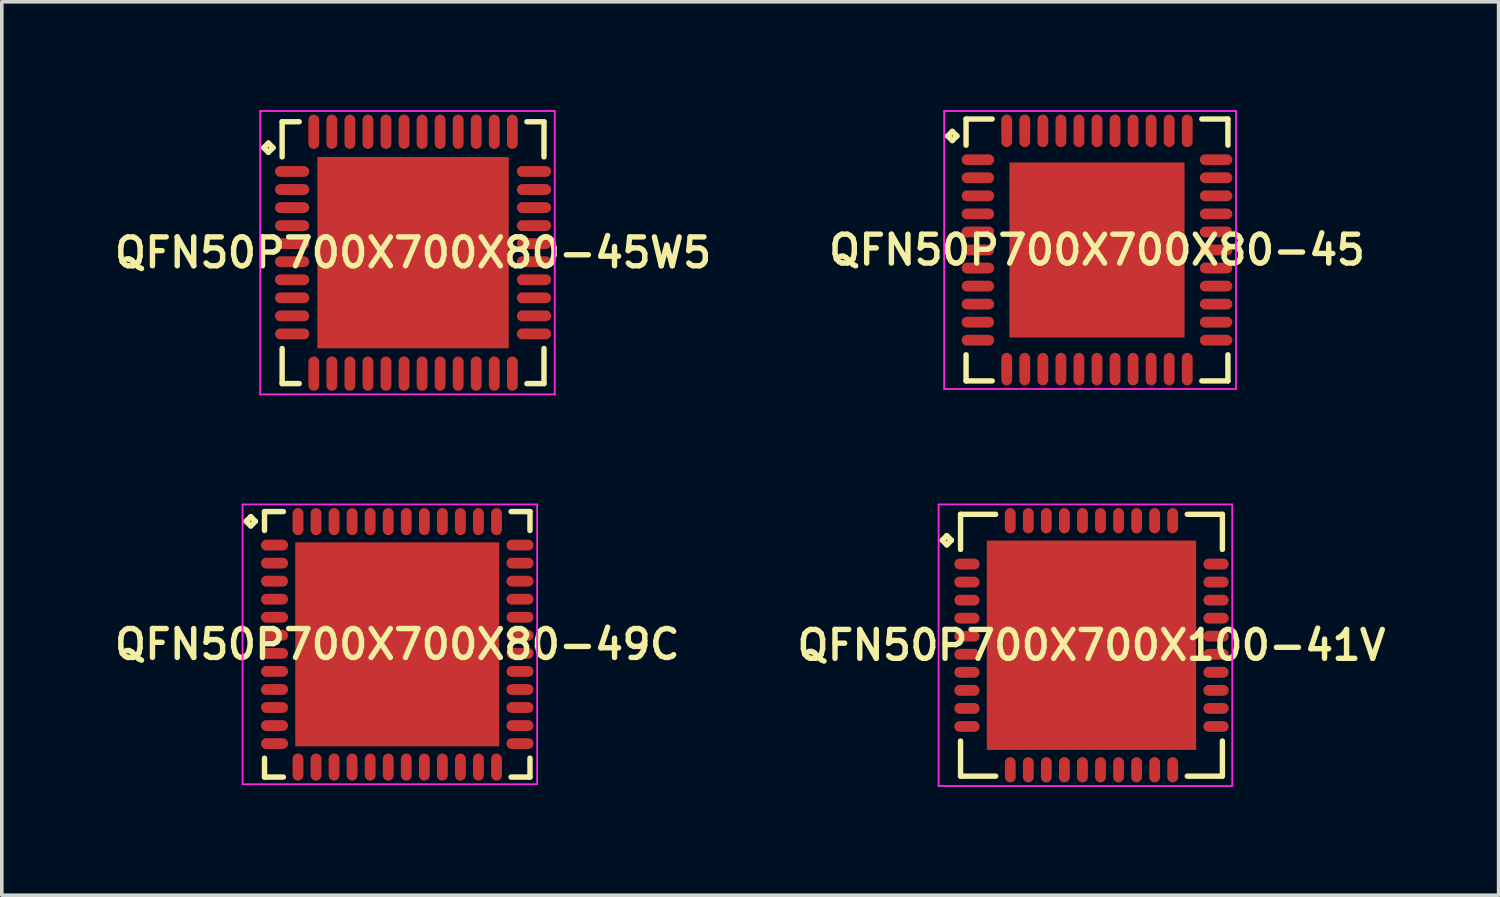
<source format=kicad_pcb>
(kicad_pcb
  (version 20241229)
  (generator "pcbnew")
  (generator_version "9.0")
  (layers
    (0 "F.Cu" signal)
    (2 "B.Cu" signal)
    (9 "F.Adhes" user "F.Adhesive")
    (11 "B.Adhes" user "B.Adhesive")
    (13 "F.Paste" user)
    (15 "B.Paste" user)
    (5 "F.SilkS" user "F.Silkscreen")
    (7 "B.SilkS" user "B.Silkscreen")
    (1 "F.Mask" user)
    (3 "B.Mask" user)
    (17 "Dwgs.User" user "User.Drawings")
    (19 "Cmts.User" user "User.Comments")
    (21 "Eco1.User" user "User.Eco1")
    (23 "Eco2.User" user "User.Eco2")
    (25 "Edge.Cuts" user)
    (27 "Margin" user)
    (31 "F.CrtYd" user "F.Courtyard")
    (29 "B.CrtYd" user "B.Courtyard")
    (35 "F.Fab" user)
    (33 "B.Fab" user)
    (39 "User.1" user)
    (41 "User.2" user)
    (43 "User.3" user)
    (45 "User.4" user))
  (footprint "QFN50P700X700X80-45"
    (layer "F.Cu")
    (at 27.34 3.875)
    (property "Reference" "QFN50P700X700X80-45" (at 0 0 0) (layer "F.SilkS") (effects (font (size 0.8 0.8) (thickness 0.15))))
    (attr smd)
    (fp_line (start -4.135 -3.158) (end -4.008 -3.285) (stroke (width 0.15) (type solid)) (layer "F.SilkS"))
    (fp_line (start -4.008 -3.285) (end -3.881 -3.158) (stroke (width 0.15) (type solid)) (layer "F.SilkS"))
    (fp_line (start -4.008 -3.031) (end -4.135 -3.158) (stroke (width 0.15) (type solid)) (layer "F.SilkS"))
    (fp_line (start -3.881 -3.158) (end -4.008 -3.031) (stroke (width 0.15) (type solid)) (layer "F.SilkS"))
    (fp_line (start -3.627 -3.627) (end -2.904 -3.627) (stroke (width 0.15) (type solid)) (layer "F.SilkS"))
    (fp_line (start -3.627 -2.904) (end -3.627 -3.627) (stroke (width 0.15) (type solid)) (layer "F.SilkS"))
    (fp_line (start -3.627 2.904) (end -3.627 3.627) (stroke (width 0.15) (type solid)) (layer "F.SilkS"))
    (fp_line (start -3.627 3.627) (end -2.904 3.627) (stroke (width 0.15) (type solid)) (layer "F.SilkS"))
    (fp_line (start 2.904 -3.627) (end 3.627 -3.627) (stroke (width 0.15) (type solid)) (layer "F.SilkS"))
    (fp_line (start 2.904 3.627) (end 3.627 3.627) (stroke (width 0.15) (type solid)) (layer "F.SilkS"))
    (fp_line (start 3.627 -3.627) (end 3.627 -2.904) (stroke (width 0.15) (type solid)) (layer "F.SilkS"))
    (fp_line (start 3.627 3.627) (end 3.627 2.904) (stroke (width 0.15) (type solid)) (layer "F.SilkS"))
    (fp_line (start -4.235 -3.85) (end 3.85 -3.85) (stroke (width 0.05) (type solid)) (layer "F.CrtYd"))
    (fp_line (start -4.235 3.85) (end -4.235 -3.85) (stroke (width 0.05) (type solid)) (layer "F.CrtYd"))
    (fp_line (start 3.85 -3.85) (end 3.85 3.85) (stroke (width 0.05) (type solid)) (layer "F.CrtYd"))
    (fp_line (start 3.85 3.85) (end -4.235 3.85) (stroke (width 0.05) (type solid)) (layer "F.CrtYd"))
    (pad "1" smd oval (at -3.3 -2.5) (size 0.9 0.3) (layers "F.Cu" "F.Mask" "F.Paste"))
    (pad "2" smd oval (at -3.3 -2) (size 0.9 0.3) (layers "F.Cu" "F.Mask" "F.Paste"))
    (pad "3" smd oval (at -3.3 -1.5) (size 0.9 0.3) (layers "F.Cu" "F.Mask" "F.Paste"))
    (pad "4" smd oval (at -3.3 -1) (size 0.9 0.3) (layers "F.Cu" "F.Mask" "F.Paste"))
    (pad "5" smd oval (at -3.3 -0.5) (size 0.9 0.3) (layers "F.Cu" "F.Mask" "F.Paste"))
    (pad "6" smd oval (at -3.3 0) (size 0.9 0.3) (layers "F.Cu" "F.Mask" "F.Paste"))
    (pad "7" smd oval (at -3.3 0.5) (size 0.9 0.3) (layers "F.Cu" "F.Mask" "F.Paste"))
    (pad "8" smd oval (at -3.3 1) (size 0.9 0.3) (layers "F.Cu" "F.Mask" "F.Paste"))
    (pad "9" smd oval (at -3.3 1.5) (size 0.9 0.3) (layers "F.Cu" "F.Mask" "F.Paste"))
    (pad "10" smd oval (at -3.3 2) (size 0.9 0.3) (layers "F.Cu" "F.Mask" "F.Paste"))
    (pad "11" smd oval (at -3.3 2.5) (size 0.9 0.3) (layers "F.Cu" "F.Mask" "F.Paste"))
    (pad "12" smd oval (at -2.5 3.3) (size 0.3 0.9) (layers "F.Cu" "F.Mask" "F.Paste"))
    (pad "13" smd oval (at -2 3.3) (size 0.3 0.9) (layers "F.Cu" "F.Mask" "F.Paste"))
    (pad "14" smd oval (at -1.5 3.3) (size 0.3 0.9) (layers "F.Cu" "F.Mask" "F.Paste"))
    (pad "15" smd oval (at -1 3.3) (size 0.3 0.9) (layers "F.Cu" "F.Mask" "F.Paste"))
    (pad "16" smd oval (at -0.5 3.3) (size 0.3 0.9) (layers "F.Cu" "F.Mask" "F.Paste"))
    (pad "17" smd oval (at 0 3.3) (size 0.3 0.9) (layers "F.Cu" "F.Mask" "F.Paste"))
    (pad "18" smd oval (at 0.5 3.3) (size 0.3 0.9) (layers "F.Cu" "F.Mask" "F.Paste"))
    (pad "19" smd oval (at 1 3.3) (size 0.3 0.9) (layers "F.Cu" "F.Mask" "F.Paste"))
    (pad "20" smd oval (at 1.5 3.3) (size 0.3 0.9) (layers "F.Cu" "F.Mask" "F.Paste"))
    (pad "21" smd oval (at 2 3.3) (size 0.3 0.9) (layers "F.Cu" "F.Mask" "F.Paste"))
    (pad "22" smd oval (at 2.5 3.3) (size 0.3 0.9) (layers "F.Cu" "F.Mask" "F.Paste"))
    (pad "23" smd oval (at 3.3 2.5) (size 0.9 0.3) (layers "F.Cu" "F.Mask" "F.Paste"))
    (pad "24" smd oval (at 3.3 2) (size 0.9 0.3) (layers "F.Cu" "F.Mask" "F.Paste"))
    (pad "25" smd oval (at 3.3 1.5) (size 0.9 0.3) (layers "F.Cu" "F.Mask" "F.Paste"))
    (pad "26" smd oval (at 3.3 1) (size 0.9 0.3) (layers "F.Cu" "F.Mask" "F.Paste"))
    (pad "27" smd oval (at 3.3 0.5) (size 0.9 0.3) (layers "F.Cu" "F.Mask" "F.Paste"))
    (pad "28" smd oval (at 3.3 0) (size 0.9 0.3) (layers "F.Cu" "F.Mask" "F.Paste"))
    (pad "29" smd oval (at 3.3 -0.5) (size 0.9 0.3) (layers "F.Cu" "F.Mask" "F.Paste"))
    (pad "30" smd oval (at 3.3 -1) (size 0.9 0.3) (layers "F.Cu" "F.Mask" "F.Paste"))
    (pad "31" smd oval (at 3.3 -1.5) (size 0.9 0.3) (layers "F.Cu" "F.Mask" "F.Paste"))
    (pad "32" smd oval (at 3.3 -2) (size 0.9 0.3) (layers "F.Cu" "F.Mask" "F.Paste"))
    (pad "33" smd oval (at 3.3 -2.5) (size 0.9 0.3) (layers "F.Cu" "F.Mask" "F.Paste"))
    (pad "34" smd oval (at 2.5 -3.3) (size 0.3 0.9) (layers "F.Cu" "F.Mask" "F.Paste"))
    (pad "35" smd oval (at 2 -3.3) (size 0.3 0.9) (layers "F.Cu" "F.Mask" "F.Paste"))
    (pad "36" smd oval (at 1.5 -3.3) (size 0.3 0.9) (layers "F.Cu" "F.Mask" "F.Paste"))
    (pad "37" smd oval (at 1 -3.3) (size 0.3 0.9) (layers "F.Cu" "F.Mask" "F.Paste"))
    (pad "38" smd oval (at 0.5 -3.3) (size 0.3 0.9) (layers "F.Cu" "F.Mask" "F.Paste"))
    (pad "39" smd oval (at 0 -3.3) (size 0.3 0.9) (layers "F.Cu" "F.Mask" "F.Paste"))
    (pad "40" smd oval (at -0.5 -3.3) (size 0.3 0.9) (layers "F.Cu" "F.Mask" "F.Paste"))
    (pad "41" smd oval (at -1 -3.3) (size 0.3 0.9) (layers "F.Cu" "F.Mask" "F.Paste"))
    (pad "42" smd oval (at -1.5 -3.3) (size 0.3 0.9) (layers "F.Cu" "F.Mask" "F.Paste"))
    (pad "43" smd oval (at -2 -3.3) (size 0.3 0.9) (layers "F.Cu" "F.Mask" "F.Paste"))
    (pad "44" smd oval (at -2.5 -3.3) (size 0.3 0.9) (layers "F.Cu" "F.Mask" "F.Paste"))
    (pad "45" smd rect (at 0 0) (size 4.85 4.85) (layers "F.Cu" "F.Mask" "F.Paste")))
  (footprint "QFN50P700X700X80-45W5"
    (layer "F.Cu")
    (at 8.393 3.95)
    (property "Reference" "QFN50P700X700X80-45W5" (at 0 0 0) (layer "F.SilkS") (effects (font (size 0.8 0.8) (thickness 0.15))))
    (attr smd)
    (fp_line (start -4.135 -2.908) (end -4.008 -3.035) (stroke (width 0.15) (type solid)) (layer "F.SilkS"))
    (fp_line (start -4.008 -3.035) (end -3.881 -2.908) (stroke (width 0.15) (type solid)) (layer "F.SilkS"))
    (fp_line (start -4.008 -2.781) (end -4.135 -2.908) (stroke (width 0.15) (type solid)) (layer "F.SilkS"))
    (fp_line (start -3.881 -2.908) (end -4.008 -2.781) (stroke (width 0.15) (type solid)) (layer "F.SilkS"))
    (fp_line (start -3.627 -3.627) (end -3.154 -3.627) (stroke (width 0.15) (type solid)) (layer "F.SilkS"))
    (fp_line (start -3.627 -2.654) (end -3.627 -3.627) (stroke (width 0.15) (type solid)) (layer "F.SilkS"))
    (fp_line (start -3.627 2.654) (end -3.627 3.627) (stroke (width 0.15) (type solid)) (layer "F.SilkS"))
    (fp_line (start -3.627 3.627) (end -3.154 3.627) (stroke (width 0.15) (type solid)) (layer "F.SilkS"))
    (fp_line (start 3.154 -3.627) (end 3.627 -3.627) (stroke (width 0.15) (type solid)) (layer "F.SilkS"))
    (fp_line (start 3.154 3.627) (end 3.627 3.627) (stroke (width 0.15) (type solid)) (layer "F.SilkS"))
    (fp_line (start 3.627 -3.627) (end 3.627 -2.654) (stroke (width 0.15) (type solid)) (layer "F.SilkS"))
    (fp_line (start 3.627 3.627) (end 3.627 2.654) (stroke (width 0.15) (type solid)) (layer "F.SilkS"))
    (fp_line (start -4.235 -3.925) (end 3.925 -3.925) (stroke (width 0.05) (type solid)) (layer "F.CrtYd"))
    (fp_line (start -4.235 3.925) (end -4.235 -3.925) (stroke (width 0.05) (type solid)) (layer "F.CrtYd"))
    (fp_line (start 3.925 -3.925) (end 3.925 3.925) (stroke (width 0.05) (type solid)) (layer "F.CrtYd"))
    (fp_line (start 3.925 3.925) (end -4.235 3.925) (stroke (width 0.05) (type solid)) (layer "F.CrtYd"))
    (pad "1" smd oval (at -3.35 -2.25) (size 0.95 0.3) (layers "F.Cu" "F.Mask" "F.Paste"))
    (pad "2" smd oval (at -3.35 -1.75) (size 0.95 0.3) (layers "F.Cu" "F.Mask" "F.Paste"))
    (pad "3" smd oval (at -3.35 -1.25) (size 0.95 0.3) (layers "F.Cu" "F.Mask" "F.Paste"))
    (pad "4" smd oval (at -3.35 -0.75) (size 0.95 0.3) (layers "F.Cu" "F.Mask" "F.Paste"))
    (pad "5" smd oval (at -3.35 -0.25) (size 0.95 0.3) (layers "F.Cu" "F.Mask" "F.Paste"))
    (pad "6" smd oval (at -3.35 0.25) (size 0.95 0.3) (layers "F.Cu" "F.Mask" "F.Paste"))
    (pad "7" smd oval (at -3.35 0.75) (size 0.95 0.3) (layers "F.Cu" "F.Mask" "F.Paste"))
    (pad "8" smd oval (at -3.35 1.25) (size 0.95 0.3) (layers "F.Cu" "F.Mask" "F.Paste"))
    (pad "9" smd oval (at -3.35 1.75) (size 0.95 0.3) (layers "F.Cu" "F.Mask" "F.Paste"))
    (pad "10" smd oval (at -3.35 2.25) (size 0.95 0.3) (layers "F.Cu" "F.Mask" "F.Paste"))
    (pad "11" smd oval (at -2.75 3.35) (size 0.3 0.95) (layers "F.Cu" "F.Mask" "F.Paste"))
    (pad "12" smd oval (at -2.25 3.35) (size 0.3 0.95) (layers "F.Cu" "F.Mask" "F.Paste"))
    (pad "13" smd oval (at -1.75 3.35) (size 0.3 0.95) (layers "F.Cu" "F.Mask" "F.Paste"))
    (pad "14" smd oval (at -1.25 3.35) (size 0.3 0.95) (layers "F.Cu" "F.Mask" "F.Paste"))
    (pad "15" smd oval (at -0.75 3.35) (size 0.3 0.95) (layers "F.Cu" "F.Mask" "F.Paste"))
    (pad "16" smd oval (at -0.25 3.35) (size 0.3 0.95) (layers "F.Cu" "F.Mask" "F.Paste"))
    (pad "17" smd oval (at 0.25 3.35) (size 0.3 0.95) (layers "F.Cu" "F.Mask" "F.Paste"))
    (pad "18" smd oval (at 0.75 3.35) (size 0.3 0.95) (layers "F.Cu" "F.Mask" "F.Paste"))
    (pad "19" smd oval (at 1.25 3.35) (size 0.3 0.95) (layers "F.Cu" "F.Mask" "F.Paste"))
    (pad "20" smd oval (at 1.75 3.35) (size 0.3 0.95) (layers "F.Cu" "F.Mask" "F.Paste"))
    (pad "21" smd oval (at 2.25 3.35) (size 0.3 0.95) (layers "F.Cu" "F.Mask" "F.Paste"))
    (pad "22" smd oval (at 2.75 3.35) (size 0.3 0.95) (layers "F.Cu" "F.Mask" "F.Paste"))
    (pad "23" smd oval (at 3.35 2.25) (size 0.95 0.3) (layers "F.Cu" "F.Mask" "F.Paste"))
    (pad "24" smd oval (at 3.35 1.75) (size 0.95 0.3) (layers "F.Cu" "F.Mask" "F.Paste"))
    (pad "25" smd oval (at 3.35 1.25) (size 0.95 0.3) (layers "F.Cu" "F.Mask" "F.Paste"))
    (pad "26" smd oval (at 3.35 0.75) (size 0.95 0.3) (layers "F.Cu" "F.Mask" "F.Paste"))
    (pad "27" smd oval (at 3.35 0.25) (size 0.95 0.3) (layers "F.Cu" "F.Mask" "F.Paste"))
    (pad "28" smd oval (at 3.35 -0.25) (size 0.95 0.3) (layers "F.Cu" "F.Mask" "F.Paste"))
    (pad "29" smd oval (at 3.35 -0.75) (size 0.95 0.3) (layers "F.Cu" "F.Mask" "F.Paste"))
    (pad "30" smd oval (at 3.35 -1.25) (size 0.95 0.3) (layers "F.Cu" "F.Mask" "F.Paste"))
    (pad "31" smd oval (at 3.35 -1.75) (size 0.95 0.3) (layers "F.Cu" "F.Mask" "F.Paste"))
    (pad "32" smd oval (at 3.35 -2.25) (size 0.95 0.3) (layers "F.Cu" "F.Mask" "F.Paste"))
    (pad "33" smd oval (at 2.75 -3.35) (size 0.3 0.95) (layers "F.Cu" "F.Mask" "F.Paste"))
    (pad "34" smd oval (at 2.25 -3.35) (size 0.3 0.95) (layers "F.Cu" "F.Mask" "F.Paste"))
    (pad "35" smd oval (at 1.75 -3.35) (size 0.3 0.95) (layers "F.Cu" "F.Mask" "F.Paste"))
    (pad "36" smd oval (at 1.25 -3.35) (size 0.3 0.95) (layers "F.Cu" "F.Mask" "F.Paste"))
    (pad "37" smd oval (at 0.75 -3.35) (size 0.3 0.95) (layers "F.Cu" "F.Mask" "F.Paste"))
    (pad "38" smd oval (at 0.25 -3.35) (size 0.3 0.95) (layers "F.Cu" "F.Mask" "F.Paste"))
    (pad "39" smd oval (at -0.25 -3.35) (size 0.3 0.95) (layers "F.Cu" "F.Mask" "F.Paste"))
    (pad "40" smd oval (at -0.75 -3.35) (size 0.3 0.95) (layers "F.Cu" "F.Mask" "F.Paste"))
    (pad "41" smd oval (at -1.25 -3.35) (size 0.3 0.95) (layers "F.Cu" "F.Mask" "F.Paste"))
    (pad "42" smd oval (at -1.75 -3.35) (size 0.3 0.95) (layers "F.Cu" "F.Mask" "F.Paste"))
    (pad "43" smd oval (at -2.25 -3.35) (size 0.3 0.95) (layers "F.Cu" "F.Mask" "F.Paste"))
    (pad "44" smd oval (at -2.75 -3.35) (size 0.3 0.95) (layers "F.Cu" "F.Mask" "F.Paste"))
    (pad "45" smd rect (at 0 0) (size 5.3 5.3) (layers "F.Cu" "F.Mask" "F.Paste")))
  (footprint "QFN50P700X700X80-49C"
    (layer "F.Cu")
    (at 7.955 14.8)
    (property "Reference" "QFN50P700X700X80-49C" (at 0 0 0) (layer "F.SilkS") (effects (font (size 0.8 0.8) (thickness 0.15))))
    (attr smd)
    (fp_line (start -4.185 -3.408) (end -4.058 -3.535) (stroke (width 0.15) (type solid)) (layer "F.SilkS"))
    (fp_line (start -4.058 -3.535) (end -3.931 -3.408) (stroke (width 0.15) (type solid)) (layer "F.SilkS"))
    (fp_line (start -4.058 -3.281) (end -4.185 -3.408) (stroke (width 0.15) (type solid)) (layer "F.SilkS"))
    (fp_line (start -3.931 -3.408) (end -4.058 -3.281) (stroke (width 0.15) (type solid)) (layer "F.SilkS"))
    (fp_line (start -3.677 -3.677) (end -3.154 -3.677) (stroke (width 0.15) (type solid)) (layer "F.SilkS"))
    (fp_line (start -3.677 -3.154) (end -3.677 -3.677) (stroke (width 0.15) (type solid)) (layer "F.SilkS"))
    (fp_line (start -3.677 3.154) (end -3.677 3.677) (stroke (width 0.15) (type solid)) (layer "F.SilkS"))
    (fp_line (start -3.677 3.677) (end -3.154 3.677) (stroke (width 0.15) (type solid)) (layer "F.SilkS"))
    (fp_line (start 3.154 -3.677) (end 3.677 -3.677) (stroke (width 0.15) (type solid)) (layer "F.SilkS"))
    (fp_line (start 3.154 3.677) (end 3.677 3.677) (stroke (width 0.15) (type solid)) (layer "F.SilkS"))
    (fp_line (start 3.677 -3.677) (end 3.677 -3.154) (stroke (width 0.15) (type solid)) (layer "F.SilkS"))
    (fp_line (start 3.677 3.677) (end 3.677 3.154) (stroke (width 0.15) (type solid)) (layer "F.SilkS"))
    (fp_line (start -4.285 -3.875) (end 3.875 -3.875) (stroke (width 0.05) (type solid)) (layer "F.CrtYd"))
    (fp_line (start -4.285 3.875) (end -4.285 -3.875) (stroke (width 0.05) (type solid)) (layer "F.CrtYd"))
    (fp_line (start 3.875 -3.875) (end 3.875 3.875) (stroke (width 0.05) (type solid)) (layer "F.CrtYd"))
    (fp_line (start 3.875 3.875) (end -4.285 3.875) (stroke (width 0.05) (type solid)) (layer "F.CrtYd"))
    (pad "1" smd oval (at -3.4 -2.75) (size 0.75 0.3) (layers "F.Cu" "F.Mask" "F.Paste"))
    (pad "2" smd oval (at -3.4 -2.25) (size 0.75 0.3) (layers "F.Cu" "F.Mask" "F.Paste"))
    (pad "3" smd oval (at -3.4 -1.75) (size 0.75 0.3) (layers "F.Cu" "F.Mask" "F.Paste"))
    (pad "4" smd oval (at -3.4 -1.25) (size 0.75 0.3) (layers "F.Cu" "F.Mask" "F.Paste"))
    (pad "5" smd oval (at -3.4 -0.75) (size 0.75 0.3) (layers "F.Cu" "F.Mask" "F.Paste"))
    (pad "6" smd oval (at -3.4 -0.25) (size 0.75 0.3) (layers "F.Cu" "F.Mask" "F.Paste"))
    (pad "7" smd oval (at -3.4 0.25) (size 0.75 0.3) (layers "F.Cu" "F.Mask" "F.Paste"))
    (pad "8" smd oval (at -3.4 0.75) (size 0.75 0.3) (layers "F.Cu" "F.Mask" "F.Paste"))
    (pad "9" smd oval (at -3.4 1.25) (size 0.75 0.3) (layers "F.Cu" "F.Mask" "F.Paste"))
    (pad "10" smd oval (at -3.4 1.75) (size 0.75 0.3) (layers "F.Cu" "F.Mask" "F.Paste"))
    (pad "11" smd oval (at -3.4 2.25) (size 0.75 0.3) (layers "F.Cu" "F.Mask" "F.Paste"))
    (pad "12" smd oval (at -3.4 2.75) (size 0.75 0.3) (layers "F.Cu" "F.Mask" "F.Paste"))
    (pad "13" smd oval (at -2.75 3.4) (size 0.3 0.75) (layers "F.Cu" "F.Mask" "F.Paste"))
    (pad "14" smd oval (at -2.25 3.4) (size 0.3 0.75) (layers "F.Cu" "F.Mask" "F.Paste"))
    (pad "15" smd oval (at -1.75 3.4) (size 0.3 0.75) (layers "F.Cu" "F.Mask" "F.Paste"))
    (pad "16" smd oval (at -1.25 3.4) (size 0.3 0.75) (layers "F.Cu" "F.Mask" "F.Paste"))
    (pad "17" smd oval (at -0.75 3.4) (size 0.3 0.75) (layers "F.Cu" "F.Mask" "F.Paste"))
    (pad "18" smd oval (at -0.25 3.4) (size 0.3 0.75) (layers "F.Cu" "F.Mask" "F.Paste"))
    (pad "19" smd oval (at 0.25 3.4) (size 0.3 0.75) (layers "F.Cu" "F.Mask" "F.Paste"))
    (pad "20" smd oval (at 0.75 3.4) (size 0.3 0.75) (layers "F.Cu" "F.Mask" "F.Paste"))
    (pad "21" smd oval (at 1.25 3.4) (size 0.3 0.75) (layers "F.Cu" "F.Mask" "F.Paste"))
    (pad "22" smd oval (at 1.75 3.4) (size 0.3 0.75) (layers "F.Cu" "F.Mask" "F.Paste"))
    (pad "23" smd oval (at 2.25 3.4) (size 0.3 0.75) (layers "F.Cu" "F.Mask" "F.Paste"))
    (pad "24" smd oval (at 2.75 3.4) (size 0.3 0.75) (layers "F.Cu" "F.Mask" "F.Paste"))
    (pad "25" smd oval (at 3.4 2.75) (size 0.75 0.3) (layers "F.Cu" "F.Mask" "F.Paste"))
    (pad "26" smd oval (at 3.4 2.25) (size 0.75 0.3) (layers "F.Cu" "F.Mask" "F.Paste"))
    (pad "27" smd oval (at 3.4 1.75) (size 0.75 0.3) (layers "F.Cu" "F.Mask" "F.Paste"))
    (pad "28" smd oval (at 3.4 1.25) (size 0.75 0.3) (layers "F.Cu" "F.Mask" "F.Paste"))
    (pad "29" smd oval (at 3.4 0.75) (size 0.75 0.3) (layers "F.Cu" "F.Mask" "F.Paste"))
    (pad "30" smd oval (at 3.4 0.25) (size 0.75 0.3) (layers "F.Cu" "F.Mask" "F.Paste"))
    (pad "31" smd oval (at 3.4 -0.25) (size 0.75 0.3) (layers "F.Cu" "F.Mask" "F.Paste"))
    (pad "32" smd oval (at 3.4 -0.75) (size 0.75 0.3) (layers "F.Cu" "F.Mask" "F.Paste"))
    (pad "33" smd oval (at 3.4 -1.25) (size 0.75 0.3) (layers "F.Cu" "F.Mask" "F.Paste"))
    (pad "34" smd oval (at 3.4 -1.75) (size 0.75 0.3) (layers "F.Cu" "F.Mask" "F.Paste"))
    (pad "35" smd oval (at 3.4 -2.25) (size 0.75 0.3) (layers "F.Cu" "F.Mask" "F.Paste"))
    (pad "36" smd oval (at 3.4 -2.75) (size 0.75 0.3) (layers "F.Cu" "F.Mask" "F.Paste"))
    (pad "37" smd oval (at 2.75 -3.4) (size 0.3 0.75) (layers "F.Cu" "F.Mask" "F.Paste"))
    (pad "38" smd oval (at 2.25 -3.4) (size 0.3 0.75) (layers "F.Cu" "F.Mask" "F.Paste"))
    (pad "39" smd oval (at 1.75 -3.4) (size 0.3 0.75) (layers "F.Cu" "F.Mask" "F.Paste"))
    (pad "40" smd oval (at 1.25 -3.4) (size 0.3 0.75) (layers "F.Cu" "F.Mask" "F.Paste"))
    (pad "41" smd oval (at 0.75 -3.4) (size 0.3 0.75) (layers "F.Cu" "F.Mask" "F.Paste"))
    (pad "42" smd oval (at 0.25 -3.4) (size 0.3 0.75) (layers "F.Cu" "F.Mask" "F.Paste"))
    (pad "43" smd oval (at -0.25 -3.4) (size 0.3 0.75) (layers "F.Cu" "F.Mask" "F.Paste"))
    (pad "44" smd oval (at -0.75 -3.4) (size 0.3 0.75) (layers "F.Cu" "F.Mask" "F.Paste"))
    (pad "45" smd oval (at -1.25 -3.4) (size 0.3 0.75) (layers "F.Cu" "F.Mask" "F.Paste"))
    (pad "46" smd oval (at -1.75 -3.4) (size 0.3 0.75) (layers "F.Cu" "F.Mask" "F.Paste"))
    (pad "47" smd oval (at -2.25 -3.4) (size 0.3 0.75) (layers "F.Cu" "F.Mask" "F.Paste"))
    (pad "48" smd oval (at -2.75 -3.4) (size 0.3 0.75) (layers "F.Cu" "F.Mask" "F.Paste"))
    (pad "49" smd rect (at 0 0) (size 5.65 5.65) (layers "F.Cu" "F.Mask" "F.Paste")))
  (footprint "QFN50P700X700X100-41V"
    (layer "F.Cu")
    (at 27.187 14.825)
    (property "Reference" "QFN50P700X700X100-41V" (at 0 0 0) (layer "F.SilkS") (effects (font (size 0.8 0.8) (thickness 0.15))))
    (attr smd)
    (fp_line (start -4.135 -2.908) (end -4.008 -3.035) (stroke (width 0.15) (type solid)) (layer "F.SilkS"))
    (fp_line (start -4.008 -3.035) (end -3.881 -2.908) (stroke (width 0.15) (type solid)) (layer "F.SilkS"))
    (fp_line (start -4.008 -2.781) (end -4.135 -2.908) (stroke (width 0.15) (type solid)) (layer "F.SilkS"))
    (fp_line (start -3.881 -2.908) (end -4.008 -2.781) (stroke (width 0.15) (type solid)) (layer "F.SilkS"))
    (fp_line (start -3.627 -3.627) (end -2.654 -3.627) (stroke (width 0.15) (type solid)) (layer "F.SilkS"))
    (fp_line (start -3.627 -2.654) (end -3.627 -3.627) (stroke (width 0.15) (type solid)) (layer "F.SilkS"))
    (fp_line (start -3.627 2.654) (end -3.627 3.627) (stroke (width 0.15) (type solid)) (layer "F.SilkS"))
    (fp_line (start -3.627 3.627) (end -2.654 3.627) (stroke (width 0.15) (type solid)) (layer "F.SilkS"))
    (fp_line (start 2.654 -3.627) (end 3.627 -3.627) (stroke (width 0.15) (type solid)) (layer "F.SilkS"))
    (fp_line (start 2.654 3.627) (end 3.627 3.627) (stroke (width 0.15) (type solid)) (layer "F.SilkS"))
    (fp_line (start 3.627 -3.627) (end 3.627 -2.654) (stroke (width 0.15) (type solid)) (layer "F.SilkS"))
    (fp_line (start 3.627 3.627) (end 3.627 2.654) (stroke (width 0.15) (type solid)) (layer "F.SilkS"))
    (fp_line (start -4.235 -3.9) (end 3.9 -3.9) (stroke (width 0.05) (type solid)) (layer "F.CrtYd"))
    (fp_line (start -4.235 3.9) (end -4.235 -3.9) (stroke (width 0.05) (type solid)) (layer "F.CrtYd"))
    (fp_line (start 3.9 -3.9) (end 3.9 3.9) (stroke (width 0.05) (type solid)) (layer "F.CrtYd"))
    (fp_line (start 3.9 3.9) (end -4.235 3.9) (stroke (width 0.05) (type solid)) (layer "F.CrtYd"))
    (pad "1" smd oval (at -3.45 -2.25) (size 0.7 0.3) (layers "F.Cu" "F.Mask" "F.Paste"))
    (pad "2" smd oval (at -3.45 -1.75) (size 0.7 0.3) (layers "F.Cu" "F.Mask" "F.Paste"))
    (pad "3" smd oval (at -3.45 -1.25) (size 0.7 0.3) (layers "F.Cu" "F.Mask" "F.Paste"))
    (pad "4" smd oval (at -3.45 -0.75) (size 0.7 0.3) (layers "F.Cu" "F.Mask" "F.Paste"))
    (pad "5" smd oval (at -3.45 -0.25) (size 0.7 0.3) (layers "F.Cu" "F.Mask" "F.Paste"))
    (pad "6" smd oval (at -3.45 0.25) (size 0.7 0.3) (layers "F.Cu" "F.Mask" "F.Paste"))
    (pad "7" smd oval (at -3.45 0.75) (size 0.7 0.3) (layers "F.Cu" "F.Mask" "F.Paste"))
    (pad "8" smd oval (at -3.45 1.25) (size 0.7 0.3) (layers "F.Cu" "F.Mask" "F.Paste"))
    (pad "9" smd oval (at -3.45 1.75) (size 0.7 0.3) (layers "F.Cu" "F.Mask" "F.Paste"))
    (pad "10" smd oval (at -3.45 2.25) (size 0.7 0.3) (layers "F.Cu" "F.Mask" "F.Paste"))
    (pad "11" smd oval (at -2.25 3.45) (size 0.3 0.7) (layers "F.Cu" "F.Mask" "F.Paste"))
    (pad "12" smd oval (at -1.75 3.45) (size 0.3 0.7) (layers "F.Cu" "F.Mask" "F.Paste"))
    (pad "13" smd oval (at -1.25 3.45) (size 0.3 0.7) (layers "F.Cu" "F.Mask" "F.Paste"))
    (pad "14" smd oval (at -0.75 3.45) (size 0.3 0.7) (layers "F.Cu" "F.Mask" "F.Paste"))
    (pad "15" smd oval (at -0.25 3.45) (size 0.3 0.7) (layers "F.Cu" "F.Mask" "F.Paste"))
    (pad "16" smd oval (at 0.25 3.45) (size 0.3 0.7) (layers "F.Cu" "F.Mask" "F.Paste"))
    (pad "17" smd oval (at 0.75 3.45) (size 0.3 0.7) (layers "F.Cu" "F.Mask" "F.Paste"))
    (pad "18" smd oval (at 1.25 3.45) (size 0.3 0.7) (layers "F.Cu" "F.Mask" "F.Paste"))
    (pad "19" smd oval (at 1.75 3.45) (size 0.3 0.7) (layers "F.Cu" "F.Mask" "F.Paste"))
    (pad "20" smd oval (at 2.25 3.45) (size 0.3 0.7) (layers "F.Cu" "F.Mask" "F.Paste"))
    (pad "21" smd oval (at 3.45 2.25) (size 0.7 0.3) (layers "F.Cu" "F.Mask" "F.Paste"))
    (pad "22" smd oval (at 3.45 1.75) (size 0.7 0.3) (layers "F.Cu" "F.Mask" "F.Paste"))
    (pad "23" smd oval (at 3.45 1.25) (size 0.7 0.3) (layers "F.Cu" "F.Mask" "F.Paste"))
    (pad "24" smd oval (at 3.45 0.75) (size 0.7 0.3) (layers "F.Cu" "F.Mask" "F.Paste"))
    (pad "25" smd oval (at 3.45 0.25) (size 0.7 0.3) (layers "F.Cu" "F.Mask" "F.Paste"))
    (pad "26" smd oval (at 3.45 -0.25) (size 0.7 0.3) (layers "F.Cu" "F.Mask" "F.Paste"))
    (pad "27" smd oval (at 3.45 -0.75) (size 0.7 0.3) (layers "F.Cu" "F.Mask" "F.Paste"))
    (pad "28" smd oval (at 3.45 -1.25) (size 0.7 0.3) (layers "F.Cu" "F.Mask" "F.Paste"))
    (pad "29" smd oval (at 3.45 -1.75) (size 0.7 0.3) (layers "F.Cu" "F.Mask" "F.Paste"))
    (pad "30" smd oval (at 3.45 -2.25) (size 0.7 0.3) (layers "F.Cu" "F.Mask" "F.Paste"))
    (pad "31" smd oval (at 2.25 -3.45) (size 0.3 0.7) (layers "F.Cu" "F.Mask" "F.Paste"))
    (pad "32" smd oval (at 1.75 -3.45) (size 0.3 0.7) (layers "F.Cu" "F.Mask" "F.Paste"))
    (pad "33" smd oval (at 1.25 -3.45) (size 0.3 0.7) (layers "F.Cu" "F.Mask" "F.Paste"))
    (pad "34" smd oval (at 0.75 -3.45) (size 0.3 0.7) (layers "F.Cu" "F.Mask" "F.Paste"))
    (pad "35" smd oval (at 0.25 -3.45) (size 0.3 0.7) (layers "F.Cu" "F.Mask" "F.Paste"))
    (pad "36" smd oval (at -0.25 -3.45) (size 0.3 0.7) (layers "F.Cu" "F.Mask" "F.Paste"))
    (pad "37" smd oval (at -0.75 -3.45) (size 0.3 0.7) (layers "F.Cu" "F.Mask" "F.Paste"))
    (pad "38" smd oval (at -1.25 -3.45) (size 0.3 0.7) (layers "F.Cu" "F.Mask" "F.Paste"))
    (pad "39" smd oval (at -1.75 -3.45) (size 0.3 0.7) (layers "F.Cu" "F.Mask" "F.Paste"))
    (pad "40" smd oval (at -2.25 -3.45) (size 0.3 0.7) (layers "F.Cu" "F.Mask" "F.Paste"))
    (pad "41" smd rect (at 0 0) (size 5.8 5.8) (layers "F.Cu" "F.Mask" "F.Paste")))
  (gr_rect
    (start -3 -3)
    (end 38.466 21.75)
    (stroke (width 0.1) (type default))
    (fill no)
    (layer "Edge.Cuts")))
</source>
